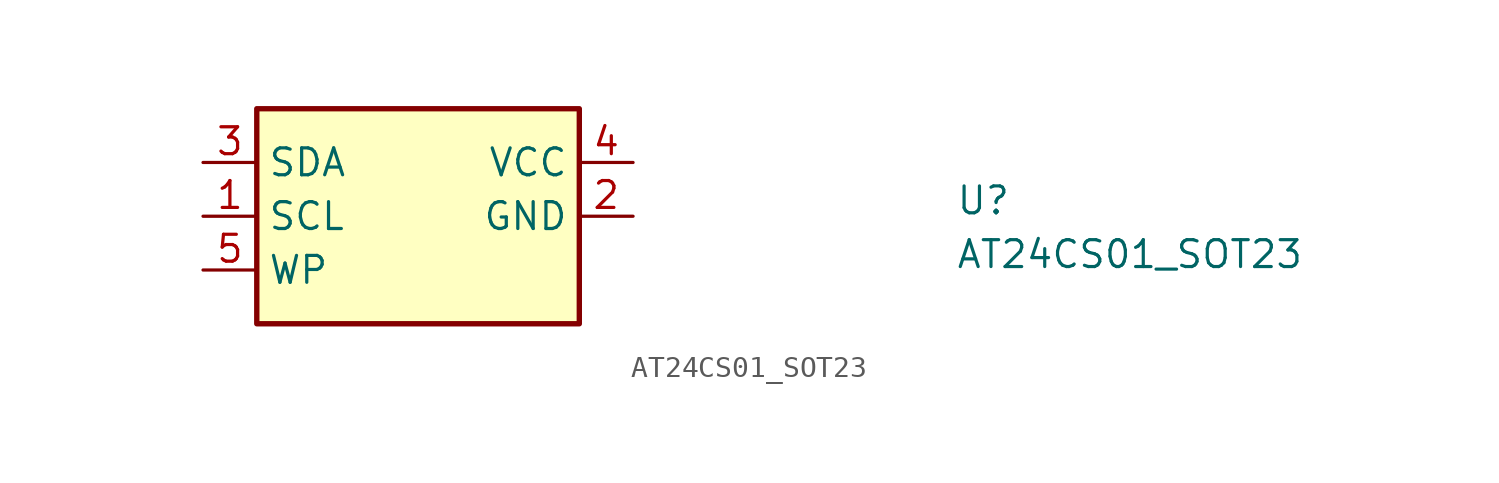
<source format=kicad_sym>
(kicad_symbol_lib
  (version 20211014)
  (generator kicad_symbol_editor)
  (symbol "AT24CS01_SOT23"
    (property "Reference" "U"
      (at 35.56 -2.54 0)
      (effects (font (size 1.27 1.27) (thickness 0.15)) (justify left bottom)))
    (property "Value" "AT24CS01_SOT23"
      (at 35.56 -5.08 0)
      (effects (font (size 1.27 1.27) (thickness 0.15)) (justify left bottom)))
    (symbol "AT24CS01_SOT23_1_1"
      (rectangle (start 2.54 -7.62) (end 17.78 2.54) (stroke (width 0.254) (type default) (color 0 0 0 0)) (fill (type background)))
      (pin passive line (at 0 -2.54 0) (length 2.54) (name "SCL" (effects (font (size 1.27 1.27)))) (number "1" (effects (font (size 1.27 1.27)))))
      (pin passive line (at 20.32 -2.54 180) (length 2.54) (name "GND" (effects (font (size 1.27 1.27)))) (number "2" (effects (font (size 1.27 1.27)))))
      (pin passive line (at 0 0 0) (length 2.54) (name "SDA" (effects (font (size 1.27 1.27)))) (number "3" (effects (font (size 1.27 1.27)))))
      (pin passive line (at 20.32 0 180) (length 2.54) (name "VCC" (effects (font (size 1.27 1.27)))) (number "4" (effects (font (size 1.27 1.27)))))
      (pin passive line (at 0 -5.08 0) (length 2.54) (name "WP" (effects (font (size 1.27 1.27)))) (number "5" (effects (font (size 1.27 1.27))))))))
</source>
